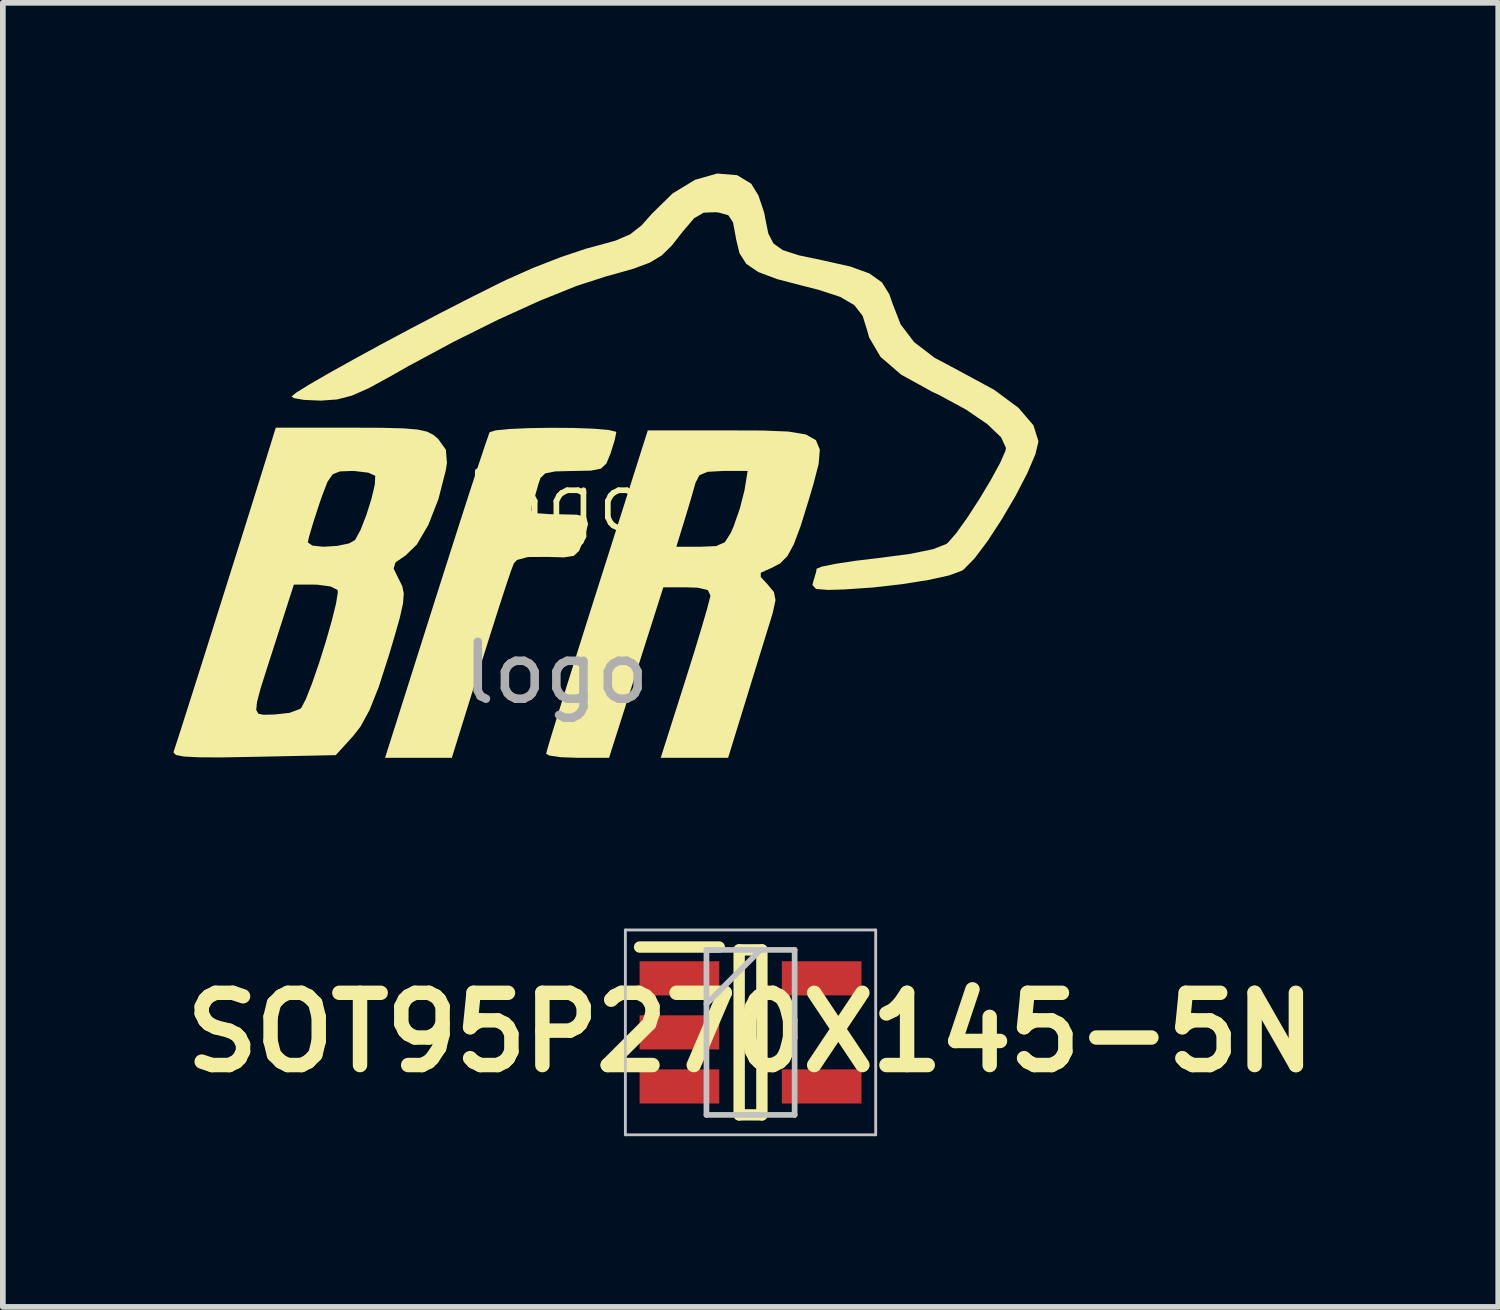
<source format=kicad_pcb>
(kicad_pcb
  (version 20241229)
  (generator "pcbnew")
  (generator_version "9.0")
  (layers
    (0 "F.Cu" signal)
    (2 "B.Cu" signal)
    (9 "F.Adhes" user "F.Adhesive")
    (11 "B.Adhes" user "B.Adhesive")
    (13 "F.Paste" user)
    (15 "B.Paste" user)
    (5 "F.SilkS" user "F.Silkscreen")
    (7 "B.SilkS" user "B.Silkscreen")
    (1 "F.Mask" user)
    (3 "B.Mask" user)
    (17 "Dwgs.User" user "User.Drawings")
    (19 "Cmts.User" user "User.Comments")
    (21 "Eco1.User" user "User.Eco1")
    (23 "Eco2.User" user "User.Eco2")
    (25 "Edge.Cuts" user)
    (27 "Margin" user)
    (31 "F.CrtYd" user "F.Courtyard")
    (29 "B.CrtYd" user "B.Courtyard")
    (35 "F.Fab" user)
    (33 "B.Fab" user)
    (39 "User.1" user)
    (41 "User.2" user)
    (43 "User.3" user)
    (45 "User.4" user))
  (footprint "logo"
    (layer "F.Cu")
    (at 6.729 6.276)
    (property "Reference" "logo" (at 0 -0.5 0) (unlocked yes) (layer "F.SilkS") (effects (font (size 1 1) (thickness 0.1))))
    (fp_poly (pts (xy 0.305 -1.804) (xy 0.655 -1.791) (xy 0.918 -1.769) (xy 1.047 -1.738) (xy 1.054 -1.728) (xy 1.025 -1.589) (xy 0.955 -1.363) (xy 0.949 -1.347) (xy 0.879 -1.179) (xy 0.784 -1.089) (xy 0.609 -1.054) (xy 0.299 -1.048) (xy 0.294 -1.048) (xy -0.02 -1.04) (xy -0.194 -1.006) (xy -0.279 -0.924) (xy -0.315 -0.819) (xy -0.384 -0.575) (xy -0.431 -0.438) (xy -0.436 -0.351) (xy -0.341 -0.305) (xy -0.109 -0.288) (xy 0.045 -0.287) (xy 0.364 -0.279) (xy 0.524 -0.233) (xy 0.558 -0.115) (xy 0.495 0.111) (xy 0.471 0.181) (xy 0.4 0.356) (xy 0.307 0.444) (xy 0.134 0.471) (xy -0.157 0.463) (xy -0.5 0.465) (xy -0.691 0.516) (xy -0.747 0.575) (xy -0.797 0.707) (xy -0.892 0.989) (xy -1.022 1.389) (xy -1.176 1.874) (xy -1.327 2.353) (xy -1.837 3.994) (xy -3.011 3.994) (xy -2.117 1.173) (xy -1.894 0.474) (xy -1.689 -0.168) (xy -1.508 -0.728) (xy -1.358 -1.186) (xy -1.248 -1.517) (xy -1.184 -1.7) (xy -1.173 -1.729) (xy -1.065 -1.762) (xy -0.817 -1.786) (xy -0.476 -1.801) (xy -0.087 -1.807)) (stroke (width 0) (type solid)) (fill yes) (layer "F.SilkS"))
    (fp_poly (pts (xy 3.62 -1.759) (xy 4.077 -1.741) (xy 4.385 -1.69) (xy 4.563 -1.589) (xy 4.631 -1.422) (xy 4.61 -1.172) (xy 4.52 -0.822) (xy 4.44 -0.551) (xy 4.294 -0.08) (xy 4.174 0.241) (xy 4.061 0.448) (xy 3.935 0.576) (xy 3.775 0.66) (xy 3.743 0.673) (xy 3.593 0.741) (xy 3.593 0.816) (xy 3.712 0.945) (xy 3.824 1.08) (xy 3.852 1.222) (xy 3.804 1.444) (xy 3.775 1.541) (xy 3.694 1.803) (xy 3.575 2.189) (xy 3.436 2.639) (xy 3.334 2.972) (xy 3.019 3.994) (xy 1.834 3.994) (xy 2.265 2.639) (xy 2.418 2.152) (xy 2.548 1.723) (xy 2.646 1.387) (xy 2.7 1.181) (xy 2.708 1.14) (xy 2.662 1.046) (xy 2.484 1.004) (xy 2.299 0.998) (xy 1.88 0.998) (xy 1.403 2.496) (xy 0.926 3.994) (xy 0.371 3.994) (xy 0.076 3.983) (xy -0.124 3.954) (xy -0.18 3.923) (xy -0.152 3.818) (xy -0.073 3.554) (xy 0.051 3.154) (xy 0.211 2.64) (xy 0.401 2.036) (xy 0.614 1.363) (xy 0.715 1.045) (xy 0.957 0.284) (xy 2.109 0.284) (xy 2.538 0.284) (xy 2.808 0.272) (xy 2.961 0.205) (xy 3.065 0.042) (xy 3.113 -0.067) (xy 3.226 -0.39) (xy 3.306 -0.706) (xy 3.311 -0.733) (xy 3.362 -1.048) (xy 2.931 -1.048) (xy 2.657 -1.033) (xy 2.514 -0.973) (xy 2.447 -0.842) (xy 2.444 -0.834) (xy 2.382 -0.615) (xy 2.291 -0.309) (xy 2.248 -0.168) (xy 2.109 0.284) (xy 0.957 0.284) (xy 1.607 -1.761) (xy 2.992 -1.761)) (stroke (width 0) (type solid)) (fill yes) (layer "F.SilkS"))
    (fp_poly (pts (xy -3.071 -1.807) (xy -2.694 -1.797) (xy -2.439 -1.776) (xy -2.272 -1.739) (xy -2.159 -1.681) (xy -2.077 -1.61) (xy -1.942 -1.422) (xy -1.923 -1.194) (xy -1.941 -1.07) (xy -2.072 -0.556) (xy -2.249 -0.102) (xy -2.453 0.246) (xy -2.651 0.438) (xy -2.827 0.558) (xy -2.86 0.668) (xy -2.772 0.85) (xy -2.768 0.856) (xy -2.708 0.978) (xy -2.682 1.106) (xy -2.695 1.279) (xy -2.752 1.534) (xy -2.859 1.91) (xy -2.945 2.198) (xy -3.123 2.751) (xy -3.283 3.153) (xy -3.441 3.443) (xy -3.574 3.614) (xy -3.878 3.947) (xy -5.326 3.977) (xy -5.892 3.987) (xy -6.292 3.985) (xy -6.549 3.971) (xy -6.687 3.944) (xy -6.729 3.901) (xy -6.726 3.882) (xy -6.686 3.762) (xy -6.598 3.489) (xy -6.491 3.153) (xy -5.275 3.153) (xy -5.238 3.219) (xy -5.152 3.237) (xy -5.017 3.234) (xy -4.958 3.233) (xy -4.692 3.204) (xy -4.505 3.134) (xy -4.482 3.113) (xy -4.402 2.96) (xy -4.294 2.685) (xy -4.172 2.332) (xy -4.052 1.95) (xy -3.947 1.583) (xy -3.872 1.28) (xy -3.841 1.085) (xy -3.846 1.044) (xy -3.971 0.982) (xy -4.205 0.951) (xy -4.259 0.95) (xy -4.614 0.95) (xy -4.912 1.878) (xy -5.081 2.403) (xy -5.198 2.772) (xy -5.262 3.014) (xy -5.275 3.153) (xy -6.491 3.153) (xy -6.471 3.09) (xy -6.314 2.596) (xy -6.136 2.033) (xy -5.946 1.431) (xy -5.753 0.818) (xy -5.565 0.222) (xy -5.56 0.207) (xy -4.369 0.207) (xy -4.288 0.264) (xy -4.092 0.284) (xy -3.853 0.269) (xy -3.642 0.225) (xy -3.538 0.165) (xy -3.443 -0.009) (xy -3.34 -0.273) (xy -3.249 -0.562) (xy -3.19 -0.812) (xy -3.184 -0.958) (xy -3.187 -0.965) (xy -3.307 -1.018) (xy -3.539 -1.046) (xy -3.605 -1.048) (xy -3.804 -1.04) (xy -3.93 -0.991) (xy -4.022 -0.859) (xy -4.12 -0.604) (xy -4.17 -0.459) (xy -4.272 -0.145) (xy -4.344 0.097) (xy -4.369 0.207) (xy -5.56 0.207) (xy -5.392 -0.329) (xy -5.243 -0.805) (xy -5.127 -1.18) (xy -5.116 -1.214) (xy -4.932 -1.809) (xy -3.604 -1.809)) (stroke (width 0) (type solid)) (fill yes) (layer "F.SilkS"))
    (fp_poly (pts (xy 3.177 -6.247) (xy 3.425 -6.097) (xy 3.552 -5.89) (xy 3.652 -5.592) (xy 3.674 -5.476) (xy 3.726 -5.22) (xy 3.816 -5.047) (xy 3.981 -4.929) (xy 4.26 -4.839) (xy 4.669 -4.753) (xy 5.164 -4.642) (xy 5.504 -4.519) (xy 5.722 -4.363) (xy 5.854 -4.152) (xy 5.902 -4.009) (xy 6.051 -3.625) (xy 6.288 -3.313) (xy 6.647 -3.038) (xy 7.11 -2.791) (xy 7.693 -2.476) (xy 8.122 -2.158) (xy 8.386 -1.85) (xy 8.474 -1.568) (xy 8.42 -1.342) (xy 8.278 -1.009) (xy 8.073 -0.614) (xy 7.832 -0.203) (xy 7.582 0.181) (xy 7.349 0.491) (xy 7.159 0.684) (xy 7.128 0.705) (xy 6.903 0.788) (xy 6.536 0.869) (xy 6.074 0.942) (xy 5.565 1) (xy 5.057 1.035) (xy 4.777 1.043) (xy 4.564 1.026) (xy 4.501 0.957) (xy 4.516 0.895) (xy 4.567 0.723) (xy 4.573 0.672) (xy 4.662 0.634) (xy 4.902 0.585) (xy 5.256 0.531) (xy 5.642 0.485) (xy 6.221 0.409) (xy 6.62 0.327) (xy 6.851 0.237) (xy 6.884 0.211) (xy 7.031 0.042) (xy 7.225 -0.23) (xy 7.437 -0.557) (xy 7.637 -0.891) (xy 7.798 -1.186) (xy 7.891 -1.396) (xy 7.903 -1.452) (xy 7.817 -1.64) (xy 7.576 -1.87) (xy 7.205 -2.124) (xy 6.728 -2.383) (xy 6.602 -2.442) (xy 6.062 -2.74) (xy 5.698 -3.053) (xy 5.497 -3.395) (xy 5.463 -3.519) (xy 5.383 -3.775) (xy 5.237 -3.963) (xy 4.991 -4.107) (xy 4.608 -4.232) (xy 4.369 -4.293) (xy 3.88 -4.42) (xy 3.548 -4.545) (xy 3.338 -4.688) (xy 3.219 -4.875) (xy 3.158 -5.128) (xy 3.153 -5.162) (xy 3.105 -5.418) (xy 3.023 -5.542) (xy 2.859 -5.589) (xy 2.799 -5.596) (xy 2.59 -5.588) (xy 2.422 -5.491) (xy 2.23 -5.265) (xy 2.228 -5.263) (xy 2.03 -5.011) (xy 1.853 -4.837) (xy 1.645 -4.711) (xy 1.359 -4.604) (xy 0.943 -4.486) (xy 0.877 -4.469) (xy 0.355 -4.3) (xy -0.289 -4.041) (xy -1.02 -3.709) (xy -1.803 -3.32) (xy -2.602 -2.89) (xy -2.894 -2.724) (xy -3.295 -2.504) (xy -3.596 -2.371) (xy -3.855 -2.305) (xy -4.129 -2.285) (xy -4.155 -2.285) (xy -4.434 -2.297) (xy -4.615 -2.329) (xy -4.654 -2.357) (xy -4.574 -2.424) (xy -4.35 -2.563) (xy -4.01 -2.76) (xy -3.58 -3) (xy -3.086 -3.27) (xy -2.554 -3.554) (xy -2.011 -3.838) (xy -1.483 -4.108) (xy -0.998 -4.35) (xy -0.881 -4.407) (xy -0.416 -4.614) (xy 0.079 -4.807) (xy 0.521 -4.955) (xy 0.667 -4.994) (xy 1.044 -5.098) (xy 1.299 -5.209) (xy 1.498 -5.365) (xy 1.679 -5.569) (xy 2.044 -5.927) (xy 2.438 -6.166) (xy 2.827 -6.276)) (stroke (width 0) (type solid)) (fill yes) (layer "F.SilkS"))
    (fp_text user "${REFERENCE}" (at 0 2.5 0) (unlocked yes) (layer "F.Fab") (effects (font (size 1 1) (thickness 0.15)))))
  (footprint "SOT95P270X145-5N"
    (layer "F.Cu")
    (at 10.142 15.096)
    (property "Reference" "SOT95P270X145-5N" (at 0 0 0) (layer "F.SilkS") (effects (font (size 1.27 1.27) (thickness 0.254))))
    (attr smd)
    (fp_line (start -1.95 -1.5) (end -0.55 -1.5) (stroke (width 0.2) (type solid)) (layer "F.SilkS"))
    (fp_line (start -0.2 -1.45) (end 0.2 -1.45) (stroke (width 0.2) (type solid)) (layer "F.SilkS"))
    (fp_line (start -0.2 1.45) (end -0.2 -1.45) (stroke (width 0.2) (type solid)) (layer "F.SilkS"))
    (fp_line (start 0.2 -1.45) (end 0.2 1.45) (stroke (width 0.2) (type solid)) (layer "F.SilkS"))
    (fp_line (start 0.2 1.45) (end -0.2 1.45) (stroke (width 0.2) (type solid)) (layer "F.SilkS"))
    (fp_line (start -2.2 -1.8) (end 2.2 -1.8) (stroke (width 0.05) (type solid)) (layer "Dwgs.User"))
    (fp_line (start -2.2 1.8) (end -2.2 -1.8) (stroke (width 0.05) (type solid)) (layer "Dwgs.User"))
    (fp_line (start -0.775 -1.45) (end 0.775 -1.45) (stroke (width 0.1) (type solid)) (layer "Dwgs.User"))
    (fp_line (start -0.775 -0.5) (end 0.175 -1.45) (stroke (width 0.1) (type solid)) (layer "Dwgs.User"))
    (fp_line (start -0.775 1.45) (end -0.775 -1.45) (stroke (width 0.1) (type solid)) (layer "Dwgs.User"))
    (fp_line (start 0.775 -1.45) (end 0.775 1.45) (stroke (width 0.1) (type solid)) (layer "Dwgs.User"))
    (fp_line (start 0.775 1.45) (end -0.775 1.45) (stroke (width 0.1) (type solid)) (layer "Dwgs.User"))
    (fp_line (start 2.2 -1.8) (end 2.2 1.8) (stroke (width 0.05) (type solid)) (layer "Dwgs.User"))
    (fp_line (start 2.2 1.8) (end -2.2 1.8) (stroke (width 0.05) (type solid)) (layer "Dwgs.User"))
    (pad "1" smd rect (at -1.25 -0.95 90) (size 0.6 1.4) (layers "F.Cu" "F.Mask" "F.Paste"))
    (pad "2" smd rect (at -1.25 0 90) (size 0.6 1.4) (layers "F.Cu" "F.Mask" "F.Paste"))
    (pad "3" smd rect (at -1.25 0.95 90) (size 0.6 1.4) (layers "F.Cu" "F.Mask" "F.Paste"))
    (pad "4" smd rect (at 1.25 0.95 90) (size 0.6 1.4) (layers "F.Cu" "F.Mask" "F.Paste"))
    (pad "5" smd rect (at 1.25 -0.95 90) (size 0.6 1.4) (layers "F.Cu" "F.Mask" "F.Paste")))
  (gr_rect
    (start -3 -3)
    (end 23.284 19.921)
    (stroke (width 0.1) (type default))
    (fill no)
    (layer "Edge.Cuts")))
</source>
